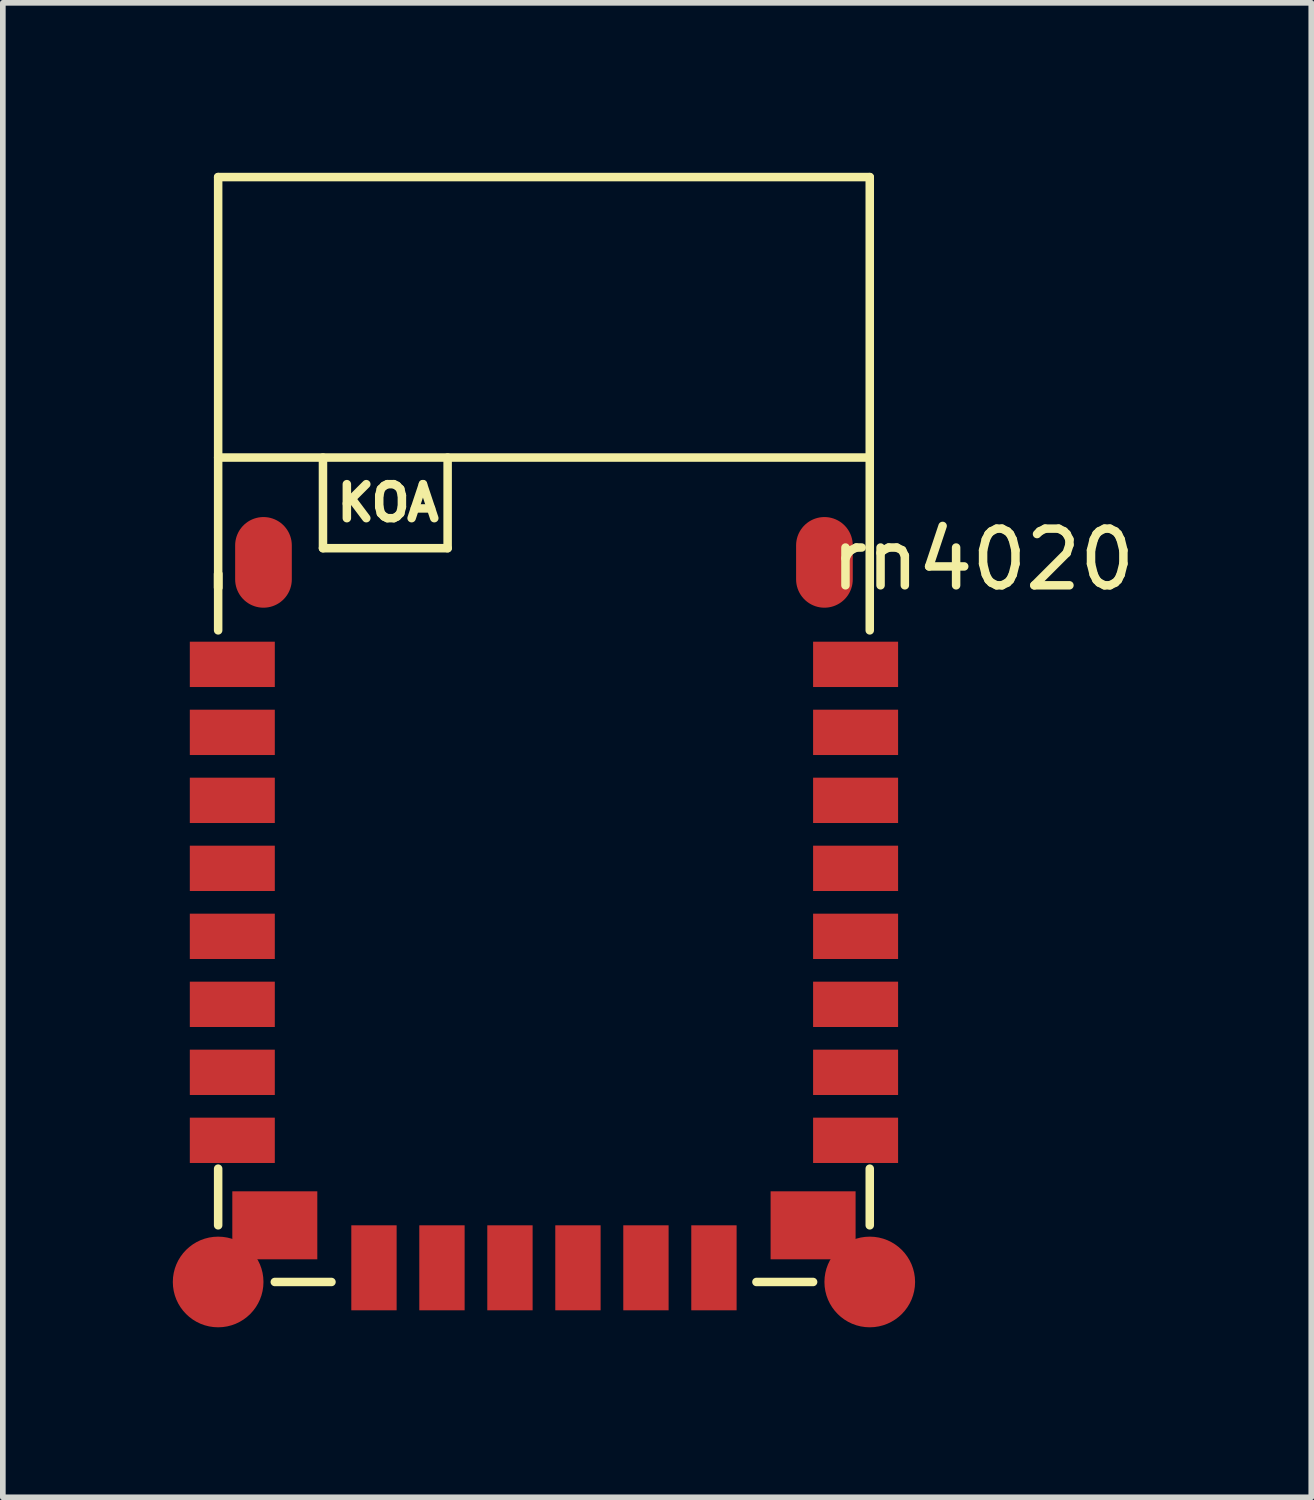
<source format=kicad_pcb>
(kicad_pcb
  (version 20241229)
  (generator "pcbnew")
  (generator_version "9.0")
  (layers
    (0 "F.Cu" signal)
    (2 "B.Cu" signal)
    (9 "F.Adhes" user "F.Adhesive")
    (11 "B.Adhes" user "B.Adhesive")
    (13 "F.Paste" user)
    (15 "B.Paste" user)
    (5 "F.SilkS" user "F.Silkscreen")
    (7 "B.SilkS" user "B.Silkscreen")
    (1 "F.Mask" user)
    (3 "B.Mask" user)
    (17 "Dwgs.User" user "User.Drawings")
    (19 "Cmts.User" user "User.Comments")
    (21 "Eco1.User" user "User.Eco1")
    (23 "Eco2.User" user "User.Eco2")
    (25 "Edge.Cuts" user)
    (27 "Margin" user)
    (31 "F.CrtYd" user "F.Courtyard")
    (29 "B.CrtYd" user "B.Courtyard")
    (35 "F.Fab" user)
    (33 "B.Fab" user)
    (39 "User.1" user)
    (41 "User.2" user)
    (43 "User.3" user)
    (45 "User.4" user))
  (footprint "rn4020"
    (layer "F.Cu")
    (at 0.8 19.575)
    (property "Reference" "rn4020" (at 13.5 -12.75 0) (layer "F.SilkS") (effects (font (size 1 1) (thickness 0.15))))
    (attr through_hole)
    (fp_line (start 0 -19.5) (end 11.5 -19.5) (stroke (width 0.15) (type solid)) (layer "F.SilkS"))
    (fp_line (start 0 -14.55) (end 11.5 -14.55) (stroke (width 0.15) (type solid)) (layer "F.SilkS"))
    (fp_line (start 0 -12.5) (end 0 -12.25) (stroke (width 0.15) (type solid)) (layer "F.SilkS"))
    (fp_line (start 0 -12.25) (end 0 -12.5) (stroke (width 0.15) (type solid)) (layer "F.SilkS"))
    (fp_line (start 0 -11.5) (end 0 -19.5) (stroke (width 0.15) (type solid)) (layer "F.SilkS"))
    (fp_line (start 0 -1) (end 0 -2) (stroke (width 0.15) (type solid)) (layer "F.SilkS"))
    (fp_line (start 1 0) (end 2 0) (stroke (width 0.15) (type solid)) (layer "F.SilkS"))
    (fp_line (start 1.85 -14.55) (end 1.85 -12.95) (stroke (width 0.15) (type solid)) (layer "F.SilkS"))
    (fp_line (start 1.85 -12.95) (end 4.05 -12.95) (stroke (width 0.15) (type solid)) (layer "F.SilkS"))
    (fp_line (start 4.05 -14.55) (end 4.05 -12.95) (stroke (width 0.15) (type solid)) (layer "F.SilkS"))
    (fp_line (start 9.5 0) (end 10.5 0) (stroke (width 0.15) (type solid)) (layer "F.SilkS"))
    (fp_line (start 11.5 -19.5) (end 11.5 -11.5) (stroke (width 0.15) (type solid)) (layer "F.SilkS"))
    (fp_line (start 11.5 -2) (end 11.5 -1) (stroke (width 0.15) (type solid)) (layer "F.SilkS"))
    (fp_text user "KOA" (at 3 -13.75 0) (layer "F.SilkS") (effects (font (size 0.6 0.6) (thickness 0.15))))
    (pad "1" smd rect (at 0.25 -10.9) (size 1.5 0.8) (layers "F.Cu" "F.Mask" "F.Paste"))
    (pad "1A" smd oval (at 0.8 -12.7) (size 1 1.6) (layers "F.Cu" "F.Mask" "F.Paste"))
    (pad "2" smd rect (at 0.25 -9.7) (size 1.5 0.8) (layers "F.Cu" "F.Mask" "F.Paste"))
    (pad "3" smd rect (at 0.25 -8.5) (size 1.5 0.8) (layers "F.Cu" "F.Mask" "F.Paste"))
    (pad "4" smd rect (at 0.25 -7.3) (size 1.5 0.8) (layers "F.Cu" "F.Mask" "F.Paste"))
    (pad "5" smd rect (at 0.25 -6.1) (size 1.5 0.8) (layers "F.Cu" "F.Mask" "F.Paste"))
    (pad "6" smd rect (at 0.25 -4.9) (size 1.5 0.8) (layers "F.Cu" "F.Mask" "F.Paste"))
    (pad "7" smd rect (at 0.25 -3.7) (size 1.5 0.8) (layers "F.Cu" "F.Mask" "F.Paste"))
    (pad "8" smd rect (at 0.25 -2.5) (size 1.5 0.8) (layers "F.Cu" "F.Mask" "F.Paste"))
    (pad "9" smd circle (at 0 0) (size 1.6 1.6) (layers "F.Cu" "F.Mask" "F.Paste"))
    (pad "9A" smd rect (at 1 -1) (size 1.5 1.2) (layers "F.Cu" "F.Mask" "F.Paste"))
    (pad "10" smd rect (at 2.75 -0.25) (size 0.8 1.5) (layers "F.Cu" "F.Mask" "F.Paste"))
    (pad "11" smd rect (at 3.95 -0.25) (size 0.8 1.5) (layers "F.Cu" "F.Mask" "F.Paste"))
    (pad "12" smd rect (at 5.15 -0.25) (size 0.8 1.5) (layers "F.Cu" "F.Mask" "F.Paste"))
    (pad "13" smd rect (at 6.35 -0.25) (size 0.8 1.5) (layers "F.Cu" "F.Mask" "F.Paste"))
    (pad "14" smd rect (at 7.55 -0.25) (size 0.8 1.5) (layers "F.Cu" "F.Mask" "F.Paste"))
    (pad "15" smd rect (at 8.75 -0.25) (size 0.8 1.5) (layers "F.Cu" "F.Mask" "F.Paste"))
    (pad "16" smd circle (at 11.5 0) (size 1.6 1.6) (layers "F.Cu" "F.Mask" "F.Paste"))
    (pad "16A" smd rect (at 10.5 -1) (size 1.5 1.2) (layers "F.Cu" "F.Mask" "F.Paste"))
    (pad "17" smd rect (at 11.25 -2.5) (size 1.5 0.8) (layers "F.Cu" "F.Mask" "F.Paste"))
    (pad "18" smd rect (at 11.25 -3.7) (size 1.5 0.8) (layers "F.Cu" "F.Mask" "F.Paste"))
    (pad "19" smd rect (at 11.25 -4.9) (size 1.5 0.8) (layers "F.Cu" "F.Mask" "F.Paste"))
    (pad "20" smd rect (at 11.25 -6.1) (size 1.5 0.8) (layers "F.Cu" "F.Mask" "F.Paste"))
    (pad "21" smd rect (at 11.25 -7.3) (size 1.5 0.8) (layers "F.Cu" "F.Mask" "F.Paste"))
    (pad "22" smd rect (at 11.25 -8.5) (size 1.5 0.8) (layers "F.Cu" "F.Mask" "F.Paste"))
    (pad "23" smd rect (at 11.25 -9.7) (size 1.5 0.8) (layers "F.Cu" "F.Mask" "F.Paste"))
    (pad "24" smd rect (at 11.25 -10.9) (size 1.5 0.8) (layers "F.Cu" "F.Mask" "F.Paste"))
    (pad "24A" smd oval (at 10.7 -12.7) (size 1 1.6) (layers "F.Cu" "F.Mask" "F.Paste")))
  (gr_rect
    (start -3 -3)
    (end 20.092 23.375)
    (stroke (width 0.1) (type default))
    (fill no)
    (layer "Edge.Cuts")))
</source>
